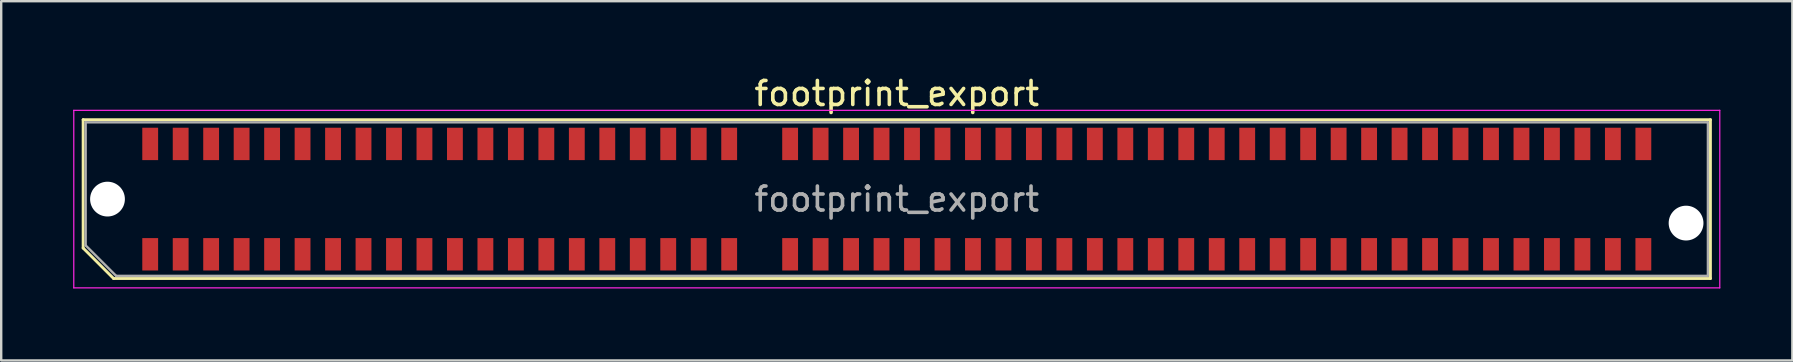
<source format=kicad_pcb>
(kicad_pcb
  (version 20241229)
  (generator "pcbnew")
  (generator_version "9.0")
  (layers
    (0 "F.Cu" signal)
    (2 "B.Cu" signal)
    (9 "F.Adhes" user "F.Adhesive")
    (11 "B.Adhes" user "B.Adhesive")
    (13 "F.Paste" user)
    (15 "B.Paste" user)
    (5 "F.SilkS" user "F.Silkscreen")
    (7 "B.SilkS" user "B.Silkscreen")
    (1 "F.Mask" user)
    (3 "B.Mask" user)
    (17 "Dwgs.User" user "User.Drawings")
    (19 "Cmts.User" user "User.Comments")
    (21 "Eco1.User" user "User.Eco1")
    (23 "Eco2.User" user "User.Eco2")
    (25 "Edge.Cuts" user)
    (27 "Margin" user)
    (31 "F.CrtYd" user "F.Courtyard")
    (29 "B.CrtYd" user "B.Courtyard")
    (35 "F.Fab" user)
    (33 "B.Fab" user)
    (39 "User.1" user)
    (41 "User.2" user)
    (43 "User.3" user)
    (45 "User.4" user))
  (footprint "footprint_export"
    (layer "F.Cu")
    (at 34.325 5.248)
    (property "Reference" "footprint_export" (at 0 -4.4 0) (layer "F.SilkS") (effects (font (size 1 1) (thickness 0.15))))
    (attr smd)
    (fp_line (start -33.91 -3.31) (end 33.91 -3.31) (stroke (width 0.12) (type solid)) (layer "F.SilkS"))
    (fp_line (start -33.91 2.04) (end -33.91 -3.31) (stroke (width 0.12) (type solid)) (layer "F.SilkS"))
    (fp_line (start -32.64 3.31) (end -33.91 2.04) (stroke (width 0.12) (type solid)) (layer "F.SilkS"))
    (fp_line (start -32.64 3.31) (end 33.91 3.31) (stroke (width 0.12) (type solid)) (layer "F.SilkS"))
    (fp_line (start 33.91 3.31) (end 33.91 -3.31) (stroke (width 0.12) (type solid)) (layer "F.SilkS"))
    (fp_line (start -34.3 -3.7) (end -34.3 3.7) (stroke (width 0.05) (type solid)) (layer "F.CrtYd"))
    (fp_line (start -34.3 3.7) (end 34.3 3.7) (stroke (width 0.05) (type solid)) (layer "F.CrtYd"))
    (fp_line (start 34.3 -3.7) (end -34.3 -3.7) (stroke (width 0.05) (type solid)) (layer "F.CrtYd"))
    (fp_line (start 34.3 3.7) (end 34.3 -3.7) (stroke (width 0.05) (type solid)) (layer "F.CrtYd"))
    (fp_line (start -33.805 -3.2) (end 33.805 -3.2) (stroke (width 0.1) (type solid)) (layer "F.Fab"))
    (fp_line (start -33.805 1.93) (end -33.805 -3.2) (stroke (width 0.1) (type solid)) (layer "F.Fab"))
    (fp_line (start -33.805 1.93) (end -32.535 3.2) (stroke (width 0.1) (type solid)) (layer "F.Fab"))
    (fp_line (start -32.535 3.2) (end 33.805 3.2) (stroke (width 0.1) (type solid)) (layer "F.Fab"))
    (fp_line (start 33.805 3.2) (end 33.805 -3.2) (stroke (width 0.1) (type solid)) (layer "F.Fab"))
    (fp_text user "${REFERENCE}" (at 0 0 0) (layer "F.Fab") (effects (font (size 1 1) (thickness 0.15))))
    (pad "" np_thru_hole circle (at -32.895 0) (size 1.45 1.45) (drill 1.45) (layers "*.Cu" "*.Mask"))
    (pad "" np_thru_hole circle (at 32.895 1) (size 1.45 1.45) (drill 1.45) (layers "*.Cu" "*.Mask"))
    (pad "1" smd rect (at -31.115 2.3) (size 0.66 1.35) (layers "F.Cu" "F.Mask" "F.Paste"))
    (pad "2" smd rect (at -31.115 -2.3) (size 0.66 1.35) (layers "F.Cu" "F.Mask" "F.Paste"))
    (pad "3" smd rect (at -29.845 2.3) (size 0.66 1.35) (layers "F.Cu" "F.Mask" "F.Paste"))
    (pad "4" smd rect (at -29.845 -2.3) (size 0.66 1.35) (layers "F.Cu" "F.Mask" "F.Paste"))
    (pad "5" smd rect (at -28.575 2.3) (size 0.66 1.35) (layers "F.Cu" "F.Mask" "F.Paste"))
    (pad "6" smd rect (at -28.575 -2.3) (size 0.66 1.35) (layers "F.Cu" "F.Mask" "F.Paste"))
    (pad "7" smd rect (at -27.305 2.3) (size 0.66 1.35) (layers "F.Cu" "F.Mask" "F.Paste"))
    (pad "8" smd rect (at -27.305 -2.3) (size 0.66 1.35) (layers "F.Cu" "F.Mask" "F.Paste"))
    (pad "9" smd rect (at -26.035 2.3) (size 0.66 1.35) (layers "F.Cu" "F.Mask" "F.Paste"))
    (pad "10" smd rect (at -26.035 -2.3) (size 0.66 1.35) (layers "F.Cu" "F.Mask" "F.Paste"))
    (pad "11" smd rect (at -24.765 2.3) (size 0.66 1.35) (layers "F.Cu" "F.Mask" "F.Paste"))
    (pad "12" smd rect (at -24.765 -2.3) (size 0.66 1.35) (layers "F.Cu" "F.Mask" "F.Paste"))
    (pad "13" smd rect (at -23.495 2.3) (size 0.66 1.35) (layers "F.Cu" "F.Mask" "F.Paste"))
    (pad "14" smd rect (at -23.495 -2.3) (size 0.66 1.35) (layers "F.Cu" "F.Mask" "F.Paste"))
    (pad "15" smd rect (at -22.225 2.3) (size 0.66 1.35) (layers "F.Cu" "F.Mask" "F.Paste"))
    (pad "16" smd rect (at -22.225 -2.3) (size 0.66 1.35) (layers "F.Cu" "F.Mask" "F.Paste"))
    (pad "17" smd rect (at -20.955 2.3) (size 0.66 1.35) (layers "F.Cu" "F.Mask" "F.Paste"))
    (pad "18" smd rect (at -20.955 -2.3) (size 0.66 1.35) (layers "F.Cu" "F.Mask" "F.Paste"))
    (pad "19" smd rect (at -19.685 2.3) (size 0.66 1.35) (layers "F.Cu" "F.Mask" "F.Paste"))
    (pad "20" smd rect (at -19.685 -2.3) (size 0.66 1.35) (layers "F.Cu" "F.Mask" "F.Paste"))
    (pad "21" smd rect (at -18.415 2.3) (size 0.66 1.35) (layers "F.Cu" "F.Mask" "F.Paste"))
    (pad "22" smd rect (at -18.415 -2.3) (size 0.66 1.35) (layers "F.Cu" "F.Mask" "F.Paste"))
    (pad "23" smd rect (at -17.145 2.3) (size 0.66 1.35) (layers "F.Cu" "F.Mask" "F.Paste"))
    (pad "24" smd rect (at -17.145 -2.3) (size 0.66 1.35) (layers "F.Cu" "F.Mask" "F.Paste"))
    (pad "25" smd rect (at -15.875 2.3) (size 0.66 1.35) (layers "F.Cu" "F.Mask" "F.Paste"))
    (pad "26" smd rect (at -15.875 -2.3) (size 0.66 1.35) (layers "F.Cu" "F.Mask" "F.Paste"))
    (pad "27" smd rect (at -14.605 2.3) (size 0.66 1.35) (layers "F.Cu" "F.Mask" "F.Paste"))
    (pad "28" smd rect (at -14.605 -2.3) (size 0.66 1.35) (layers "F.Cu" "F.Mask" "F.Paste"))
    (pad "29" smd rect (at -13.335 2.3) (size 0.66 1.35) (layers "F.Cu" "F.Mask" "F.Paste"))
    (pad "30" smd rect (at -13.335 -2.3) (size 0.66 1.35) (layers "F.Cu" "F.Mask" "F.Paste"))
    (pad "31" smd rect (at -12.065 2.3) (size 0.66 1.35) (layers "F.Cu" "F.Mask" "F.Paste"))
    (pad "32" smd rect (at -12.065 -2.3) (size 0.66 1.35) (layers "F.Cu" "F.Mask" "F.Paste"))
    (pad "33" smd rect (at -10.795 2.3) (size 0.66 1.35) (layers "F.Cu" "F.Mask" "F.Paste"))
    (pad "34" smd rect (at -10.795 -2.3) (size 0.66 1.35) (layers "F.Cu" "F.Mask" "F.Paste"))
    (pad "35" smd rect (at -9.525 2.3) (size 0.66 1.35) (layers "F.Cu" "F.Mask" "F.Paste"))
    (pad "36" smd rect (at -9.525 -2.3) (size 0.66 1.35) (layers "F.Cu" "F.Mask" "F.Paste"))
    (pad "37" smd rect (at -8.255 2.3) (size 0.66 1.35) (layers "F.Cu" "F.Mask" "F.Paste"))
    (pad "38" smd rect (at -8.255 -2.3) (size 0.66 1.35) (layers "F.Cu" "F.Mask" "F.Paste"))
    (pad "39" smd rect (at -6.985 2.3) (size 0.66 1.35) (layers "F.Cu" "F.Mask" "F.Paste"))
    (pad "40" smd rect (at -6.985 -2.3) (size 0.66 1.35) (layers "F.Cu" "F.Mask" "F.Paste"))
    (pad "43" smd rect (at -4.445 2.3) (size 0.66 1.35) (layers "F.Cu" "F.Mask" "F.Paste"))
    (pad "44" smd rect (at -4.445 -2.3) (size 0.66 1.35) (layers "F.Cu" "F.Mask" "F.Paste"))
    (pad "45" smd rect (at -3.175 2.3) (size 0.66 1.35) (layers "F.Cu" "F.Mask" "F.Paste"))
    (pad "46" smd rect (at -3.175 -2.3) (size 0.66 1.35) (layers "F.Cu" "F.Mask" "F.Paste"))
    (pad "47" smd rect (at -1.905 2.3) (size 0.66 1.35) (layers "F.Cu" "F.Mask" "F.Paste"))
    (pad "48" smd rect (at -1.905 -2.3) (size 0.66 1.35) (layers "F.Cu" "F.Mask" "F.Paste"))
    (pad "49" smd rect (at -0.635 2.3) (size 0.66 1.35) (layers "F.Cu" "F.Mask" "F.Paste"))
    (pad "50" smd rect (at -0.635 -2.3) (size 0.66 1.35) (layers "F.Cu" "F.Mask" "F.Paste"))
    (pad "51" smd rect (at 0.635 2.3) (size 0.66 1.35) (layers "F.Cu" "F.Mask" "F.Paste"))
    (pad "52" smd rect (at 0.635 -2.3) (size 0.66 1.35) (layers "F.Cu" "F.Mask" "F.Paste"))
    (pad "53" smd rect (at 1.905 2.3) (size 0.66 1.35) (layers "F.Cu" "F.Mask" "F.Paste"))
    (pad "54" smd rect (at 1.905 -2.3) (size 0.66 1.35) (layers "F.Cu" "F.Mask" "F.Paste"))
    (pad "55" smd rect (at 3.175 2.3) (size 0.66 1.35) (layers "F.Cu" "F.Mask" "F.Paste"))
    (pad "56" smd rect (at 3.175 -2.3) (size 0.66 1.35) (layers "F.Cu" "F.Mask" "F.Paste"))
    (pad "57" smd rect (at 4.445 2.3) (size 0.66 1.35) (layers "F.Cu" "F.Mask" "F.Paste"))
    (pad "58" smd rect (at 4.445 -2.3) (size 0.66 1.35) (layers "F.Cu" "F.Mask" "F.Paste"))
    (pad "59" smd rect (at 5.715 2.3) (size 0.66 1.35) (layers "F.Cu" "F.Mask" "F.Paste"))
    (pad "60" smd rect (at 5.715 -2.3) (size 0.66 1.35) (layers "F.Cu" "F.Mask" "F.Paste"))
    (pad "61" smd rect (at 6.985 2.3) (size 0.66 1.35) (layers "F.Cu" "F.Mask" "F.Paste"))
    (pad "62" smd rect (at 6.985 -2.3) (size 0.66 1.35) (layers "F.Cu" "F.Mask" "F.Paste"))
    (pad "63" smd rect (at 8.255 2.3) (size 0.66 1.35) (layers "F.Cu" "F.Mask" "F.Paste"))
    (pad "64" smd rect (at 8.255 -2.3) (size 0.66 1.35) (layers "F.Cu" "F.Mask" "F.Paste"))
    (pad "65" smd rect (at 9.525 2.3) (size 0.66 1.35) (layers "F.Cu" "F.Mask" "F.Paste"))
    (pad "66" smd rect (at 9.525 -2.3) (size 0.66 1.35) (layers "F.Cu" "F.Mask" "F.Paste"))
    (pad "67" smd rect (at 10.795 2.3) (size 0.66 1.35) (layers "F.Cu" "F.Mask" "F.Paste"))
    (pad "68" smd rect (at 10.795 -2.3) (size 0.66 1.35) (layers "F.Cu" "F.Mask" "F.Paste"))
    (pad "69" smd rect (at 12.065 2.3) (size 0.66 1.35) (layers "F.Cu" "F.Mask" "F.Paste"))
    (pad "70" smd rect (at 12.065 -2.3) (size 0.66 1.35) (layers "F.Cu" "F.Mask" "F.Paste"))
    (pad "71" smd rect (at 13.335 2.3) (size 0.66 1.35) (layers "F.Cu" "F.Mask" "F.Paste"))
    (pad "72" smd rect (at 13.335 -2.3) (size 0.66 1.35) (layers "F.Cu" "F.Mask" "F.Paste"))
    (pad "73" smd rect (at 14.605 2.3) (size 0.66 1.35) (layers "F.Cu" "F.Mask" "F.Paste"))
    (pad "74" smd rect (at 14.605 -2.3) (size 0.66 1.35) (layers "F.Cu" "F.Mask" "F.Paste"))
    (pad "75" smd rect (at 15.875 2.3) (size 0.66 1.35) (layers "F.Cu" "F.Mask" "F.Paste"))
    (pad "76" smd rect (at 15.875 -2.3) (size 0.66 1.35) (layers "F.Cu" "F.Mask" "F.Paste"))
    (pad "77" smd rect (at 17.145 2.3) (size 0.66 1.35) (layers "F.Cu" "F.Mask" "F.Paste"))
    (pad "78" smd rect (at 17.145 -2.3) (size 0.66 1.35) (layers "F.Cu" "F.Mask" "F.Paste"))
    (pad "79" smd rect (at 18.415 2.3) (size 0.66 1.35) (layers "F.Cu" "F.Mask" "F.Paste"))
    (pad "80" smd rect (at 18.415 -2.3) (size 0.66 1.35) (layers "F.Cu" "F.Mask" "F.Paste"))
    (pad "81" smd rect (at 19.685 2.3) (size 0.66 1.35) (layers "F.Cu" "F.Mask" "F.Paste"))
    (pad "82" smd rect (at 19.685 -2.3) (size 0.66 1.35) (layers "F.Cu" "F.Mask" "F.Paste"))
    (pad "83" smd rect (at 20.955 2.3) (size 0.66 1.35) (layers "F.Cu" "F.Mask" "F.Paste"))
    (pad "84" smd rect (at 20.955 -2.3) (size 0.66 1.35) (layers "F.Cu" "F.Mask" "F.Paste"))
    (pad "85" smd rect (at 22.225 2.3) (size 0.66 1.35) (layers "F.Cu" "F.Mask" "F.Paste"))
    (pad "86" smd rect (at 22.225 -2.3) (size 0.66 1.35) (layers "F.Cu" "F.Mask" "F.Paste"))
    (pad "87" smd rect (at 23.495 2.3) (size 0.66 1.35) (layers "F.Cu" "F.Mask" "F.Paste"))
    (pad "88" smd rect (at 23.495 -2.3) (size 0.66 1.35) (layers "F.Cu" "F.Mask" "F.Paste"))
    (pad "89" smd rect (at 24.765 2.3) (size 0.66 1.35) (layers "F.Cu" "F.Mask" "F.Paste"))
    (pad "90" smd rect (at 24.765 -2.3) (size 0.66 1.35) (layers "F.Cu" "F.Mask" "F.Paste"))
    (pad "91" smd rect (at 26.035 2.3) (size 0.66 1.35) (layers "F.Cu" "F.Mask" "F.Paste"))
    (pad "92" smd rect (at 26.035 -2.3) (size 0.66 1.35) (layers "F.Cu" "F.Mask" "F.Paste"))
    (pad "93" smd rect (at 27.305 2.3) (size 0.66 1.35) (layers "F.Cu" "F.Mask" "F.Paste"))
    (pad "94" smd rect (at 27.305 -2.3) (size 0.66 1.35) (layers "F.Cu" "F.Mask" "F.Paste"))
    (pad "95" smd rect (at 28.575 2.3) (size 0.66 1.35) (layers "F.Cu" "F.Mask" "F.Paste"))
    (pad "96" smd rect (at 28.575 -2.3) (size 0.66 1.35) (layers "F.Cu" "F.Mask" "F.Paste"))
    (pad "97" smd rect (at 29.845 2.3) (size 0.66 1.35) (layers "F.Cu" "F.Mask" "F.Paste"))
    (pad "98" smd rect (at 29.845 -2.3) (size 0.66 1.35) (layers "F.Cu" "F.Mask" "F.Paste"))
    (pad "99" smd rect (at 31.115 2.3) (size 0.66 1.35) (layers "F.Cu" "F.Mask" "F.Paste"))
    (pad "100" smd rect (at 31.115 -2.3) (size 0.66 1.35) (layers "F.Cu" "F.Mask" "F.Paste")))
  (gr_rect
    (start -3 -3)
    (end 71.65 11.973)
    (stroke (width 0.1) (type default))
    (fill no)
    (layer "Edge.Cuts")))
</source>
